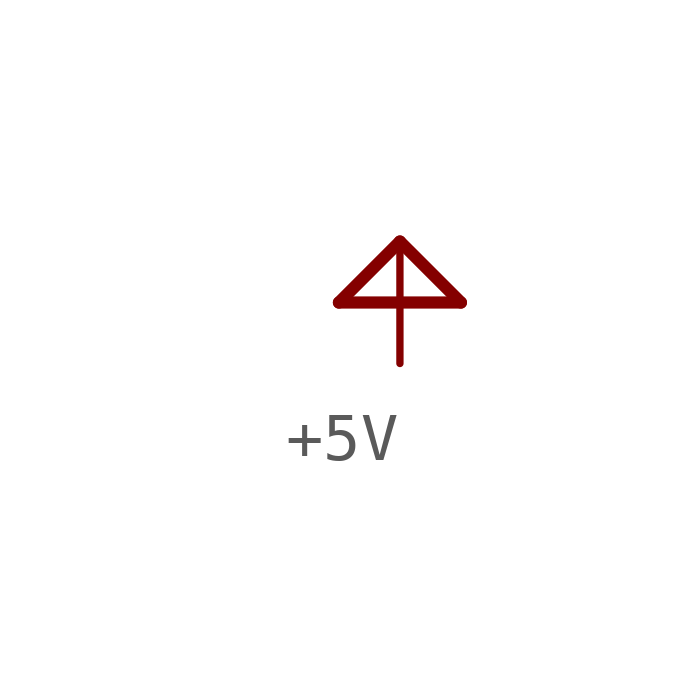
<source format=kicad_sym>
(kicad_symbol_lib
  (version 20231120)
  (generator "kicad_symbol_editor")
  (generator_version "8.0")
  (symbol "+5V"
    (power)
    (property "Reference" "#+5V"
      (at 0 0 0)
      (effects (font (size 1.27 1.27)) (hide yes)))
    (property "Value" ""
      (at -3.81 0 0)
      (effects (font (size 1.778 1.778)) (justify left bottom)))
    (property "ki_locked" ""
      (at 0 0 0)
      (effects (font (size 1.27 1.27))))
    (symbol "+5V_1_0"
      (polyline (pts (xy -1.27 -1.27) (xy 0 0)) (stroke (width 0.254) (type solid)) (fill (type none)))
      (polyline (pts (xy 0 0) (xy 1.27 -1.27)) (stroke (width 0.254) (type solid)) (fill (type none)))
      (polyline (pts (xy 1.27 -1.27) (xy -1.27 -1.27)) (stroke (width 0.254) (type solid)) (fill (type none)))
      (pin power_in line (at 0 -2.54 90) (length 2.54) (name "+5V" (effects (font (size 0 0)))) (number "1" (effects (font (size 0 0))))))))
</source>
